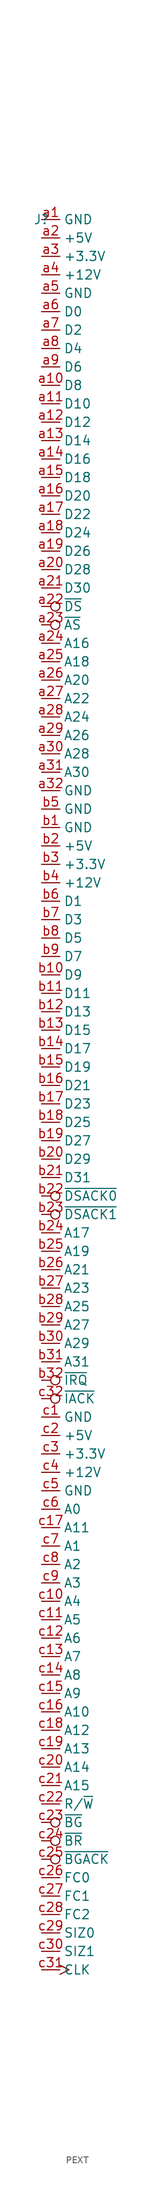
<source format=kicad_sym>
(kicad_symbol_lib
  (version 20220914)
  (generator kicad_symbol_editor)
  (symbol "PEXT"
    (property "Reference" "J"
      (at 0 0 0)
      (effects (font (size 1.27 1.27))))
    (property "Value" ""
      (at 0 0 0)
      (effects (font (size 1.27 1.27))))
    (symbol "PEXT_0_0"
      (pin power_in line (at 0 0 0) (length 2.54) (name "GND" (effects (font (size 1.27 1.27)))) (number "a1" (effects (font (size 1.27 1.27)))))
      (pin bidirectional line (at 0 -22.86 0) (length 2.54) (name "D8" (effects (font (size 1.27 1.27)))) (number "a10" (effects (font (size 1.27 1.27)))))
      (pin bidirectional line (at 0 -25.4 0) (length 2.54) (name "D10" (effects (font (size 1.27 1.27)))) (number "a11" (effects (font (size 1.27 1.27)))))
      (pin bidirectional line (at 0 -27.94 0) (length 2.54) (name "D12" (effects (font (size 1.27 1.27)))) (number "a12" (effects (font (size 1.27 1.27)))))
      (pin bidirectional line (at 0 -30.48 0) (length 2.54) (name "D14" (effects (font (size 1.27 1.27)))) (number "a13" (effects (font (size 1.27 1.27)))))
      (pin bidirectional line (at 0 -33.02 0) (length 2.54) (name "D16" (effects (font (size 1.27 1.27)))) (number "a14" (effects (font (size 1.27 1.27)))))
      (pin bidirectional line (at 0 -35.56 0) (length 2.54) (name "D18" (effects (font (size 1.27 1.27)))) (number "a15" (effects (font (size 1.27 1.27)))))
      (pin bidirectional line (at 0 -38.1 0) (length 2.54) (name "D20" (effects (font (size 1.27 1.27)))) (number "a16" (effects (font (size 1.27 1.27)))))
      (pin bidirectional line (at 0 -40.64 0) (length 2.54) (name "D22" (effects (font (size 1.27 1.27)))) (number "a17" (effects (font (size 1.27 1.27)))))
      (pin bidirectional line (at 0 -43.18 0) (length 2.54) (name "D24" (effects (font (size 1.27 1.27)))) (number "a18" (effects (font (size 1.27 1.27)))))
      (pin bidirectional line (at 0 -45.72 0) (length 2.54) (name "D26" (effects (font (size 1.27 1.27)))) (number "a19" (effects (font (size 1.27 1.27)))))
      (pin power_in line (at 0 -2.54 0) (length 2.54) (name "+5V" (effects (font (size 1.27 1.27)))) (number "a2" (effects (font (size 1.27 1.27)))))
      (pin bidirectional line (at 0 -48.26 0) (length 2.54) (name "D28" (effects (font (size 1.27 1.27)))) (number "a20" (effects (font (size 1.27 1.27)))))
      (pin bidirectional line (at 0 -50.8 0) (length 2.54) (name "D30" (effects (font (size 1.27 1.27)))) (number "a21" (effects (font (size 1.27 1.27)))))
      (pin input inverted (at 0 -53.34 0) (length 2.54) (name "~{DS}" (effects (font (size 1.27 1.27)))) (number "a22" (effects (font (size 1.27 1.27)))))
      (pin input inverted (at 0 -55.88 0) (length 2.54) (name "~{AS}" (effects (font (size 1.27 1.27)))) (number "a23" (effects (font (size 1.27 1.27)))))
      (pin bidirectional line (at 0 -58.42 0) (length 2.54) (name "A16" (effects (font (size 1.27 1.27)))) (number "a24" (effects (font (size 1.27 1.27)))))
      (pin bidirectional line (at 0 -60.96 0) (length 2.54) (name "A18" (effects (font (size 1.27 1.27)))) (number "a25" (effects (font (size 1.27 1.27)))))
      (pin bidirectional line (at 0 -63.5 0) (length 2.54) (name "A20" (effects (font (size 1.27 1.27)))) (number "a26" (effects (font (size 1.27 1.27)))))
      (pin bidirectional line (at 0 -66.04 0) (length 2.54) (name "A22" (effects (font (size 1.27 1.27)))) (number "a27" (effects (font (size 1.27 1.27)))))
      (pin bidirectional line (at 0 -68.58 0) (length 2.54) (name "A24" (effects (font (size 1.27 1.27)))) (number "a28" (effects (font (size 1.27 1.27)))))
      (pin bidirectional line (at 0 -71.12 0) (length 2.54) (name "A26" (effects (font (size 1.27 1.27)))) (number "a29" (effects (font (size 1.27 1.27)))))
      (pin power_in line (at 0 -5.08 0) (length 2.54) (name "+3.3V" (effects (font (size 1.27 1.27)))) (number "a3" (effects (font (size 1.27 1.27)))))
      (pin bidirectional line (at 0 -73.66 0) (length 2.54) (name "A28" (effects (font (size 1.27 1.27)))) (number "a30" (effects (font (size 1.27 1.27)))))
      (pin bidirectional line (at 0 -76.2 0) (length 2.54) (name "A30" (effects (font (size 1.27 1.27)))) (number "a31" (effects (font (size 1.27 1.27)))))
      (pin power_in line (at 0 -78.74 0) (length 2.54) (name "GND" (effects (font (size 1.27 1.27)))) (number "a32" (effects (font (size 1.27 1.27)))))
      (pin power_in line (at 0 -7.62 0) (length 2.54) (name "+12V" (effects (font (size 1.27 1.27)))) (number "a4" (effects (font (size 1.27 1.27)))))
      (pin power_in line (at 0 -10.16 0) (length 2.54) (name "GND" (effects (font (size 1.27 1.27)))) (number "a5" (effects (font (size 1.27 1.27)))))
      (pin bidirectional line (at 0 -12.7 0) (length 2.54) (name "D0" (effects (font (size 1.27 1.27)))) (number "a6" (effects (font (size 1.27 1.27)))))
      (pin bidirectional line (at 0 -15.24 0) (length 2.54) (name "D2" (effects (font (size 1.27 1.27)))) (number "a7" (effects (font (size 1.27 1.27)))))
      (pin bidirectional line (at 0 -17.78 0) (length 2.54) (name "D4" (effects (font (size 1.27 1.27)))) (number "a8" (effects (font (size 1.27 1.27)))))
      (pin bidirectional line (at 0 -20.32 0) (length 2.54) (name "D6" (effects (font (size 1.27 1.27)))) (number "a9" (effects (font (size 1.27 1.27)))))
      (pin power_in line (at 0 -83.82 0) (length 2.54) (name "GND" (effects (font (size 1.27 1.27)))) (number "b1" (effects (font (size 1.27 1.27)))))
      (pin bidirectional line (at 0 -104.14 0) (length 2.54) (name "D9" (effects (font (size 1.27 1.27)))) (number "b10" (effects (font (size 1.27 1.27)))))
      (pin bidirectional line (at 0 -106.68 0) (length 2.54) (name "D11" (effects (font (size 1.27 1.27)))) (number "b11" (effects (font (size 1.27 1.27)))))
      (pin bidirectional line (at 0 -109.22 0) (length 2.54) (name "D13" (effects (font (size 1.27 1.27)))) (number "b12" (effects (font (size 1.27 1.27)))))
      (pin bidirectional line (at 0 -111.76 0) (length 2.54) (name "D15" (effects (font (size 1.27 1.27)))) (number "b13" (effects (font (size 1.27 1.27)))))
      (pin bidirectional line (at 0 -114.3 0) (length 2.54) (name "D17" (effects (font (size 1.27 1.27)))) (number "b14" (effects (font (size 1.27 1.27)))))
      (pin bidirectional line (at 0 -116.84 0) (length 2.54) (name "D19" (effects (font (size 1.27 1.27)))) (number "b15" (effects (font (size 1.27 1.27)))))
      (pin bidirectional line (at 0 -119.38 0) (length 2.54) (name "D21" (effects (font (size 1.27 1.27)))) (number "b16" (effects (font (size 1.27 1.27)))))
      (pin bidirectional line (at 0 -121.92 0) (length 2.54) (name "D23" (effects (font (size 1.27 1.27)))) (number "b17" (effects (font (size 1.27 1.27)))))
      (pin bidirectional line (at 0 -124.46 0) (length 2.54) (name "D25" (effects (font (size 1.27 1.27)))) (number "b18" (effects (font (size 1.27 1.27)))))
      (pin bidirectional line (at 0 -127 0) (length 2.54) (name "D27" (effects (font (size 1.27 1.27)))) (number "b19" (effects (font (size 1.27 1.27)))))
      (pin power_in line (at 0 -86.36 0) (length 2.54) (name "+5V" (effects (font (size 1.27 1.27)))) (number "b2" (effects (font (size 1.27 1.27)))))
      (pin bidirectional line (at 0 -129.54 0) (length 2.54) (name "D29" (effects (font (size 1.27 1.27)))) (number "b20" (effects (font (size 1.27 1.27)))))
      (pin bidirectional line (at 0 -132.08 0) (length 2.54) (name "D31" (effects (font (size 1.27 1.27)))) (number "b21" (effects (font (size 1.27 1.27)))))
      (pin output inverted (at 0 -134.62 0) (length 2.54) (name "~{DSACK0}" (effects (font (size 1.27 1.27)))) (number "b22" (effects (font (size 1.27 1.27)))))
      (pin output inverted (at 0 -137.16 0) (length 2.54) (name "~{DSACK1}" (effects (font (size 1.27 1.27)))) (number "b23" (effects (font (size 1.27 1.27)))))
      (pin bidirectional line (at 0 -139.7 0) (length 2.54) (name "A17" (effects (font (size 1.27 1.27)))) (number "b24" (effects (font (size 1.27 1.27)))))
      (pin bidirectional line (at 0 -142.24 0) (length 2.54) (name "A19" (effects (font (size 1.27 1.27)))) (number "b25" (effects (font (size 1.27 1.27)))))
      (pin bidirectional line (at 0 -144.78 0) (length 2.54) (name "A21" (effects (font (size 1.27 1.27)))) (number "b26" (effects (font (size 1.27 1.27)))))
      (pin bidirectional line (at 0 -147.32 0) (length 2.54) (name "A23" (effects (font (size 1.27 1.27)))) (number "b27" (effects (font (size 1.27 1.27)))))
      (pin bidirectional line (at 0 -149.86 0) (length 2.54) (name "A25" (effects (font (size 1.27 1.27)))) (number "b28" (effects (font (size 1.27 1.27)))))
      (pin bidirectional line (at 0 -152.4 0) (length 2.54) (name "A27" (effects (font (size 1.27 1.27)))) (number "b29" (effects (font (size 1.27 1.27)))))
      (pin power_in line (at 0 -88.9 0) (length 2.54) (name "+3.3V" (effects (font (size 1.27 1.27)))) (number "b3" (effects (font (size 1.27 1.27)))))
      (pin bidirectional line (at 0 -154.94 0) (length 2.54) (name "A29" (effects (font (size 1.27 1.27)))) (number "b30" (effects (font (size 1.27 1.27)))))
      (pin bidirectional line (at 0 -157.48 0) (length 2.54) (name "A31" (effects (font (size 1.27 1.27)))) (number "b31" (effects (font (size 1.27 1.27)))))
      (pin output inverted (at 0 -160.02 0) (length 2.54) (name "~{IRQ}" (effects (font (size 1.27 1.27)))) (number "b32" (effects (font (size 1.27 1.27)))))
      (pin power_in line (at 0 -91.44 0) (length 2.54) (name "+12V" (effects (font (size 1.27 1.27)))) (number "b4" (effects (font (size 1.27 1.27)))))
      (pin power_in line (at 0 -81.28 0) (length 2.54) (name "GND" (effects (font (size 1.27 1.27)))) (number "b5" (effects (font (size 1.27 1.27)))))
      (pin bidirectional line (at 0 -93.98 0) (length 2.54) (name "D1" (effects (font (size 1.27 1.27)))) (number "b6" (effects (font (size 1.27 1.27)))))
      (pin bidirectional line (at 0 -96.52 0) (length 2.54) (name "D3" (effects (font (size 1.27 1.27)))) (number "b7" (effects (font (size 1.27 1.27)))))
      (pin bidirectional line (at 0 -99.06 0) (length 2.54) (name "D5" (effects (font (size 1.27 1.27)))) (number "b8" (effects (font (size 1.27 1.27)))))
      (pin bidirectional line (at 0 -101.6 0) (length 2.54) (name "D7" (effects (font (size 1.27 1.27)))) (number "b9" (effects (font (size 1.27 1.27)))))
      (pin power_in line (at 0 -165.1 0) (length 2.54) (name "GND" (effects (font (size 1.27 1.27)))) (number "c1" (effects (font (size 1.27 1.27)))))
      (pin bidirectional line (at 0 -190.5 0) (length 2.54) (name "A4" (effects (font (size 1.27 1.27)))) (number "c10" (effects (font (size 1.27 1.27)))))
      (pin bidirectional line (at 0 -193.04 0) (length 2.54) (name "A5" (effects (font (size 1.27 1.27)))) (number "c11" (effects (font (size 1.27 1.27)))))
      (pin bidirectional line (at 0 -195.58 0) (length 2.54) (name "A6" (effects (font (size 1.27 1.27)))) (number "c12" (effects (font (size 1.27 1.27)))))
      (pin bidirectional line (at 0 -198.12 0) (length 2.54) (name "A7" (effects (font (size 1.27 1.27)))) (number "c13" (effects (font (size 1.27 1.27)))))
      (pin bidirectional line (at 0 -200.66 0) (length 2.54) (name "A8" (effects (font (size 1.27 1.27)))) (number "c14" (effects (font (size 1.27 1.27)))))
      (pin bidirectional line (at 0 -203.2 0) (length 2.54) (name "A9" (effects (font (size 1.27 1.27)))) (number "c15" (effects (font (size 1.27 1.27)))))
      (pin bidirectional line (at 0 -205.74 0) (length 2.54) (name "A10" (effects (font (size 1.27 1.27)))) (number "c16" (effects (font (size 1.27 1.27)))))
      (pin bidirectional line (at 0 -180.34 0) (length 2.54) (name "A11" (effects (font (size 1.27 1.27)))) (number "c17" (effects (font (size 1.27 1.27)))))
      (pin bidirectional line (at 0 -208.28 0) (length 2.54) (name "A12" (effects (font (size 1.27 1.27)))) (number "c18" (effects (font (size 1.27 1.27)))))
      (pin bidirectional line (at 0 -210.82 0) (length 2.54) (name "A13" (effects (font (size 1.27 1.27)))) (number "c19" (effects (font (size 1.27 1.27)))))
      (pin power_in line (at 0 -167.64 0) (length 2.54) (name "+5V" (effects (font (size 1.27 1.27)))) (number "c2" (effects (font (size 1.27 1.27)))))
      (pin bidirectional line (at 0 -213.36 0) (length 2.54) (name "A14" (effects (font (size 1.27 1.27)))) (number "c20" (effects (font (size 1.27 1.27)))))
      (pin bidirectional line (at 0 -215.9 0) (length 2.54) (name "A15" (effects (font (size 1.27 1.27)))) (number "c21" (effects (font (size 1.27 1.27)))))
      (pin input line (at 0 -218.44 0) (length 2.54) (name "R/~{W}" (effects (font (size 1.27 1.27)))) (number "c22" (effects (font (size 1.27 1.27)))))
      (pin input inverted (at 0 -220.98 0) (length 2.54) (name "~{BG}" (effects (font (size 1.27 1.27)))) (number "c23" (effects (font (size 1.27 1.27)))))
      (pin output inverted (at 0 -223.52 0) (length 2.54) (name "~{BR}" (effects (font (size 1.27 1.27)))) (number "c24" (effects (font (size 1.27 1.27)))))
      (pin output inverted (at 0 -226.06 0) (length 2.54) (name "~{BGACK}" (effects (font (size 1.27 1.27)))) (number "c25" (effects (font (size 1.27 1.27)))))
      (pin input line (at 0 -228.6 0) (length 2.54) (name "FC0" (effects (font (size 1.27 1.27)))) (number "c26" (effects (font (size 1.27 1.27)))))
      (pin input line (at 0 -231.14 0) (length 2.54) (name "FC1" (effects (font (size 1.27 1.27)))) (number "c27" (effects (font (size 1.27 1.27)))))
      (pin input line (at 0 -233.68 0) (length 2.54) (name "FC2" (effects (font (size 1.27 1.27)))) (number "c28" (effects (font (size 1.27 1.27)))))
      (pin input line (at 0 -236.22 0) (length 2.54) (name "SIZ0" (effects (font (size 1.27 1.27)))) (number "c29" (effects (font (size 1.27 1.27)))))
      (pin power_in line (at 0 -170.18 0) (length 2.54) (name "+3.3V" (effects (font (size 1.27 1.27)))) (number "c3" (effects (font (size 1.27 1.27)))))
      (pin input line (at 0 -238.76 0) (length 2.54) (name "SIZ1" (effects (font (size 1.27 1.27)))) (number "c30" (effects (font (size 1.27 1.27)))))
      (pin input clock (at 0 -241.3 0) (length 2.54) (name "CLK" (effects (font (size 1.27 1.27)))) (number "c31" (effects (font (size 1.27 1.27)))))
      (pin output inverted (at 0 -162.56 0) (length 2.54) (name "~{IACK}" (effects (font (size 1.27 1.27)))) (number "c32" (effects (font (size 1.27 1.27)))))
      (pin power_in line (at 0 -172.72 0) (length 2.54) (name "+12V" (effects (font (size 1.27 1.27)))) (number "c4" (effects (font (size 1.27 1.27)))))
      (pin power_in line (at 0 -175.26 0) (length 2.54) (name "GND" (effects (font (size 1.27 1.27)))) (number "c5" (effects (font (size 1.27 1.27)))))
      (pin bidirectional line (at 0 -177.8 0) (length 2.54) (name "A0" (effects (font (size 1.27 1.27)))) (number "c6" (effects (font (size 1.27 1.27)))))
      (pin bidirectional line (at 0 -182.88 0) (length 2.54) (name "A1" (effects (font (size 1.27 1.27)))) (number "c7" (effects (font (size 1.27 1.27)))))
      (pin bidirectional line (at 0 -185.42 0) (length 2.54) (name "A2" (effects (font (size 1.27 1.27)))) (number "c8" (effects (font (size 1.27 1.27)))))
      (pin bidirectional line (at 0 -187.96 0) (length 2.54) (name "A3" (effects (font (size 1.27 1.27)))) (number "c9" (effects (font (size 1.27 1.27))))))))
</source>
